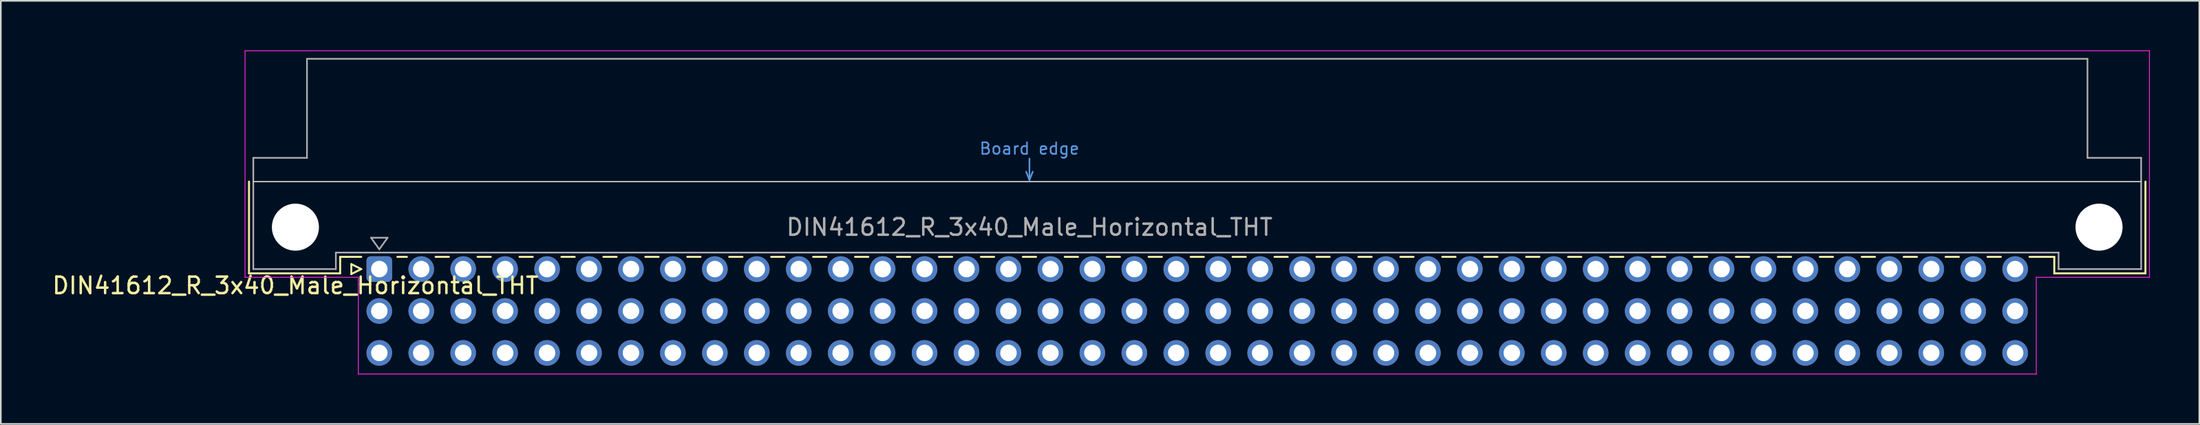
<source format=kicad_pcb>
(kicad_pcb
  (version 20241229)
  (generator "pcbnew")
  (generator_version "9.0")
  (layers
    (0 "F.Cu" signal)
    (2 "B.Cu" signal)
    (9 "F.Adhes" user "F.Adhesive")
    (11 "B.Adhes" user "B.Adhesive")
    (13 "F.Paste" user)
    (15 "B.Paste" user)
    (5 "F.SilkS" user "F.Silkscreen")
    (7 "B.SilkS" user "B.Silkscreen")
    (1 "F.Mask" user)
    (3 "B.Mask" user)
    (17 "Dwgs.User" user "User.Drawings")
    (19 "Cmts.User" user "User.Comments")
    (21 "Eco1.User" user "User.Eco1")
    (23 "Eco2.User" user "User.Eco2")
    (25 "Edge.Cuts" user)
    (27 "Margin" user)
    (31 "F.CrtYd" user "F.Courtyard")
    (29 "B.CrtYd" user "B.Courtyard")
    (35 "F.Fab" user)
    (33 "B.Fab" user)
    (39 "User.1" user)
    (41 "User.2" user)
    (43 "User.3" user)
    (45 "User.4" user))
  (footprint "DIN41612_R_3x40_Male_Horizontal_THT"
    (layer "F.Cu")
    (at 19.919 13.255)
    (property "Reference" "DIN41612_R_3x40_Male_Horizontal_THT" (at -5.08 1 0) (layer "F.SilkS") (effects (font (size 1 1) (thickness 0.15))))
    (attr through_hole)
    (fp_line (start -7.89 -5.3) (end -7.89 0.26) (stroke (width 0.12) (type solid)) (layer "F.SilkS"))
    (fp_line (start -7.89 0.26) (end -2.37 0.26) (stroke (width 0.12) (type solid)) (layer "F.SilkS"))
    (fp_line (start -2.371 -0.74) (end -1.095 -0.74) (stroke (width 0.12) (type solid)) (layer "F.SilkS"))
    (fp_line (start -2.37 0.26) (end -2.37 -0.74) (stroke (width 0.12) (type solid)) (layer "F.SilkS"))
    (fp_line (start -1.695 -0.3) (end -1.695 0.3) (stroke (width 0.12) (type solid)) (layer "F.SilkS"))
    (fp_line (start -1.695 0.3) (end -1.095 0) (stroke (width 0.12) (type solid)) (layer "F.SilkS"))
    (fp_line (start -1.095 0) (end -1.695 -0.3) (stroke (width 0.12) (type solid)) (layer "F.SilkS"))
    (fp_line (start 1.095 -0.74) (end 1.671 -0.74) (stroke (width 0.12) (type solid)) (layer "F.SilkS"))
    (fp_line (start 3.41 -0.74) (end 4.211 -0.74) (stroke (width 0.12) (type solid)) (layer "F.SilkS"))
    (fp_line (start 5.95 -0.74) (end 6.751 -0.74) (stroke (width 0.12) (type solid)) (layer "F.SilkS"))
    (fp_line (start 8.49 -0.74) (end 9.291 -0.74) (stroke (width 0.12) (type solid)) (layer "F.SilkS"))
    (fp_line (start 11.03 -0.74) (end 11.831 -0.74) (stroke (width 0.12) (type solid)) (layer "F.SilkS"))
    (fp_line (start 13.57 -0.74) (end 14.371 -0.74) (stroke (width 0.12) (type solid)) (layer "F.SilkS"))
    (fp_line (start 16.11 -0.74) (end 16.911 -0.74) (stroke (width 0.12) (type solid)) (layer "F.SilkS"))
    (fp_line (start 18.65 -0.74) (end 19.451 -0.74) (stroke (width 0.12) (type solid)) (layer "F.SilkS"))
    (fp_line (start 21.19 -0.74) (end 21.991 -0.74) (stroke (width 0.12) (type solid)) (layer "F.SilkS"))
    (fp_line (start 23.73 -0.74) (end 24.531 -0.74) (stroke (width 0.12) (type solid)) (layer "F.SilkS"))
    (fp_line (start 26.27 -0.74) (end 27.071 -0.74) (stroke (width 0.12) (type solid)) (layer "F.SilkS"))
    (fp_line (start 28.81 -0.74) (end 29.611 -0.74) (stroke (width 0.12) (type solid)) (layer "F.SilkS"))
    (fp_line (start 31.35 -0.74) (end 32.151 -0.74) (stroke (width 0.12) (type solid)) (layer "F.SilkS"))
    (fp_line (start 33.89 -0.74) (end 34.691 -0.74) (stroke (width 0.12) (type solid)) (layer "F.SilkS"))
    (fp_line (start 36.43 -0.74) (end 37.231 -0.74) (stroke (width 0.12) (type solid)) (layer "F.SilkS"))
    (fp_line (start 38.97 -0.74) (end 39.771 -0.74) (stroke (width 0.12) (type solid)) (layer "F.SilkS"))
    (fp_line (start 41.51 -0.74) (end 42.311 -0.74) (stroke (width 0.12) (type solid)) (layer "F.SilkS"))
    (fp_line (start 44.05 -0.74) (end 44.851 -0.74) (stroke (width 0.12) (type solid)) (layer "F.SilkS"))
    (fp_line (start 46.59 -0.74) (end 47.391 -0.74) (stroke (width 0.12) (type solid)) (layer "F.SilkS"))
    (fp_line (start 49.13 -0.74) (end 49.931 -0.74) (stroke (width 0.12) (type solid)) (layer "F.SilkS"))
    (fp_line (start 51.67 -0.74) (end 52.471 -0.74) (stroke (width 0.12) (type solid)) (layer "F.SilkS"))
    (fp_line (start 54.21 -0.74) (end 55.011 -0.74) (stroke (width 0.12) (type solid)) (layer "F.SilkS"))
    (fp_line (start 56.75 -0.74) (end 57.551 -0.74) (stroke (width 0.12) (type solid)) (layer "F.SilkS"))
    (fp_line (start 59.29 -0.74) (end 60.091 -0.74) (stroke (width 0.12) (type solid)) (layer "F.SilkS"))
    (fp_line (start 61.83 -0.74) (end 62.631 -0.74) (stroke (width 0.12) (type solid)) (layer "F.SilkS"))
    (fp_line (start 64.37 -0.74) (end 65.171 -0.74) (stroke (width 0.12) (type solid)) (layer "F.SilkS"))
    (fp_line (start 66.91 -0.74) (end 67.711 -0.74) (stroke (width 0.12) (type solid)) (layer "F.SilkS"))
    (fp_line (start 69.45 -0.74) (end 70.251 -0.74) (stroke (width 0.12) (type solid)) (layer "F.SilkS"))
    (fp_line (start 71.99 -0.74) (end 72.791 -0.74) (stroke (width 0.12) (type solid)) (layer "F.SilkS"))
    (fp_line (start 74.53 -0.74) (end 75.331 -0.74) (stroke (width 0.12) (type solid)) (layer "F.SilkS"))
    (fp_line (start 77.07 -0.74) (end 77.871 -0.74) (stroke (width 0.12) (type solid)) (layer "F.SilkS"))
    (fp_line (start 79.61 -0.74) (end 80.411 -0.74) (stroke (width 0.12) (type solid)) (layer "F.SilkS"))
    (fp_line (start 82.15 -0.74) (end 82.951 -0.74) (stroke (width 0.12) (type solid)) (layer "F.SilkS"))
    (fp_line (start 84.69 -0.74) (end 85.491 -0.74) (stroke (width 0.12) (type solid)) (layer "F.SilkS"))
    (fp_line (start 87.23 -0.74) (end 88.031 -0.74) (stroke (width 0.12) (type solid)) (layer "F.SilkS"))
    (fp_line (start 89.77 -0.74) (end 90.571 -0.74) (stroke (width 0.12) (type solid)) (layer "F.SilkS"))
    (fp_line (start 92.31 -0.74) (end 93.111 -0.74) (stroke (width 0.12) (type solid)) (layer "F.SilkS"))
    (fp_line (start 94.85 -0.74) (end 95.651 -0.74) (stroke (width 0.12) (type solid)) (layer "F.SilkS"))
    (fp_line (start 97.39 -0.74) (end 98.191 -0.74) (stroke (width 0.12) (type solid)) (layer "F.SilkS"))
    (fp_line (start 99.93 -0.74) (end 101.43 -0.74) (stroke (width 0.12) (type solid)) (layer "F.SilkS"))
    (fp_line (start 101.43 0.26) (end 101.43 -0.74) (stroke (width 0.12) (type solid)) (layer "F.SilkS"))
    (fp_line (start 106.95 -5.3) (end 106.95 0.26) (stroke (width 0.12) (type solid)) (layer "F.SilkS"))
    (fp_line (start 106.95 0.26) (end 101.43 0.26) (stroke (width 0.12) (type solid)) (layer "F.SilkS"))
    (fp_line (start -7.63 -5.3) (end 106.68 -5.3) (stroke (width 0.08) (type solid)) (layer "Dwgs.User"))
    (fp_line (start 39.17 -5.9) (end 39.37 -5.4) (stroke (width 0.1) (type solid)) (layer "Cmts.User"))
    (fp_line (start 39.37 -5.4) (end 39.37 -6.7) (stroke (width 0.1) (type solid)) (layer "Cmts.User"))
    (fp_line (start 39.37 -5.4) (end 39.57 -5.9) (stroke (width 0.1) (type solid)) (layer "Cmts.User"))
    (fp_line (start -8.13 -13.23) (end -8.13 0.5) (stroke (width 0.05) (type solid)) (layer "F.CrtYd"))
    (fp_line (start -8.13 0.5) (end -1.27 0.5) (stroke (width 0.05) (type solid)) (layer "F.CrtYd"))
    (fp_line (start -1.27 0.5) (end -1.27 6.36) (stroke (width 0.05) (type solid)) (layer "F.CrtYd"))
    (fp_line (start -1.27 6.36) (end 100.34 6.36) (stroke (width 0.05) (type solid)) (layer "F.CrtYd"))
    (fp_line (start 100.34 0.5) (end 107.19 0.5) (stroke (width 0.05) (type solid)) (layer "F.CrtYd"))
    (fp_line (start 100.34 6.36) (end 100.34 0.5) (stroke (width 0.05) (type solid)) (layer "F.CrtYd"))
    (fp_line (start 107.19 -13.23) (end -8.13 -13.23) (stroke (width 0.05) (type solid)) (layer "F.CrtYd"))
    (fp_line (start 107.19 0.5) (end 107.19 -13.23) (stroke (width 0.05) (type solid)) (layer "F.CrtYd"))
    (fp_line (start -7.63 -6.74) (end -7.63 0) (stroke (width 0.1) (type solid)) (layer "F.Fab"))
    (fp_line (start -7.63 0) (end -2.63 0) (stroke (width 0.1) (type solid)) (layer "F.Fab"))
    (fp_line (start -4.38 -12.74) (end -4.38 -6.74) (stroke (width 0.1) (type solid)) (layer "F.Fab"))
    (fp_line (start -4.38 -6.74) (end -7.63 -6.74) (stroke (width 0.1) (type solid)) (layer "F.Fab"))
    (fp_line (start -2.63 -1) (end 101.69 -1) (stroke (width 0.1) (type solid)) (layer "F.Fab"))
    (fp_line (start -2.63 0) (end -2.63 -1) (stroke (width 0.1) (type solid)) (layer "F.Fab"))
    (fp_line (start -0.5 -1.9) (end 0.5 -1.9) (stroke (width 0.1) (type solid)) (layer "F.Fab"))
    (fp_line (start 0 -1.2) (end -0.5 -1.9) (stroke (width 0.1) (type solid)) (layer "F.Fab"))
    (fp_line (start 0.5 -1.9) (end 0 -1.2) (stroke (width 0.1) (type solid)) (layer "F.Fab"))
    (fp_line (start 101.69 -1) (end 101.69 0) (stroke (width 0.1) (type solid)) (layer "F.Fab"))
    (fp_line (start 101.69 0) (end 106.69 0) (stroke (width 0.1) (type solid)) (layer "F.Fab"))
    (fp_line (start 103.44 -12.74) (end -4.38 -12.74) (stroke (width 0.1) (type solid)) (layer "F.Fab"))
    (fp_line (start 103.44 -6.74) (end 103.44 -12.74) (stroke (width 0.1) (type solid)) (layer "F.Fab"))
    (fp_line (start 106.69 -6.74) (end 103.44 -6.74) (stroke (width 0.1) (type solid)) (layer "F.Fab"))
    (fp_line (start 106.69 0) (end 106.69 -6.74) (stroke (width 0.1) (type solid)) (layer "F.Fab"))
    (fp_text user "Board edge" (at 39.37 -7.3 0) (layer "Cmts.User") (effects (font (size 0.7 0.7) (thickness 0.1))))
    (fp_text user "${REFERENCE}" (at 39.37 -2.54 0) (layer "F.Fab") (effects (font (size 1 1) (thickness 0.15))))
    (pad "" np_thru_hole circle (at -5.08 -2.54) (size 2.85 2.85) (drill 2.85) (layers "*.Cu" "*.Mask"))
    (pad "" np_thru_hole circle (at 104.14 -2.54) (size 2.85 2.85) (drill 2.85) (layers "*.Cu" "*.Mask"))
    (pad "A1" thru_hole roundrect (at 0 0) (size 1.55 1.55) (drill 1) (layers "*.Cu" "*.Mask") (roundrect_rratio 0.161))
    (pad "A2" thru_hole circle (at 2.54 0) (size 1.55 1.55) (drill 1) (layers "*.Cu" "*.Mask"))
    (pad "A3" thru_hole circle (at 5.08 0) (size 1.55 1.55) (drill 1) (layers "*.Cu" "*.Mask"))
    (pad "A4" thru_hole circle (at 7.62 0) (size 1.55 1.55) (drill 1) (layers "*.Cu" "*.Mask"))
    (pad "A5" thru_hole circle (at 10.16 0) (size 1.55 1.55) (drill 1) (layers "*.Cu" "*.Mask"))
    (pad "A6" thru_hole circle (at 12.7 0) (size 1.55 1.55) (drill 1) (layers "*.Cu" "*.Mask"))
    (pad "A7" thru_hole circle (at 15.24 0) (size 1.55 1.55) (drill 1) (layers "*.Cu" "*.Mask"))
    (pad "A8" thru_hole circle (at 17.78 0) (size 1.55 1.55) (drill 1) (layers "*.Cu" "*.Mask"))
    (pad "A9" thru_hole circle (at 20.32 0) (size 1.55 1.55) (drill 1) (layers "*.Cu" "*.Mask"))
    (pad "A10" thru_hole circle (at 22.86 0) (size 1.55 1.55) (drill 1) (layers "*.Cu" "*.Mask"))
    (pad "A11" thru_hole circle (at 25.4 0) (size 1.55 1.55) (drill 1) (layers "*.Cu" "*.Mask"))
    (pad "A12" thru_hole circle (at 27.94 0) (size 1.55 1.55) (drill 1) (layers "*.Cu" "*.Mask"))
    (pad "A13" thru_hole circle (at 30.48 0) (size 1.55 1.55) (drill 1) (layers "*.Cu" "*.Mask"))
    (pad "A14" thru_hole circle (at 33.02 0) (size 1.55 1.55) (drill 1) (layers "*.Cu" "*.Mask"))
    (pad "A15" thru_hole circle (at 35.56 0) (size 1.55 1.55) (drill 1) (layers "*.Cu" "*.Mask"))
    (pad "A16" thru_hole circle (at 38.1 0) (size 1.55 1.55) (drill 1) (layers "*.Cu" "*.Mask"))
    (pad "A17" thru_hole circle (at 40.64 0) (size 1.55 1.55) (drill 1) (layers "*.Cu" "*.Mask"))
    (pad "A18" thru_hole circle (at 43.18 0) (size 1.55 1.55) (drill 1) (layers "*.Cu" "*.Mask"))
    (pad "A19" thru_hole circle (at 45.72 0) (size 1.55 1.55) (drill 1) (layers "*.Cu" "*.Mask"))
    (pad "A20" thru_hole circle (at 48.26 0) (size 1.55 1.55) (drill 1) (layers "*.Cu" "*.Mask"))
    (pad "A21" thru_hole circle (at 50.8 0) (size 1.55 1.55) (drill 1) (layers "*.Cu" "*.Mask"))
    (pad "A22" thru_hole circle (at 53.34 0) (size 1.55 1.55) (drill 1) (layers "*.Cu" "*.Mask"))
    (pad "A23" thru_hole circle (at 55.88 0) (size 1.55 1.55) (drill 1) (layers "*.Cu" "*.Mask"))
    (pad "A24" thru_hole circle (at 58.42 0) (size 1.55 1.55) (drill 1) (layers "*.Cu" "*.Mask"))
    (pad "A25" thru_hole circle (at 60.96 0) (size 1.55 1.55) (drill 1) (layers "*.Cu" "*.Mask"))
    (pad "A26" thru_hole circle (at 63.5 0) (size 1.55 1.55) (drill 1) (layers "*.Cu" "*.Mask"))
    (pad "A27" thru_hole circle (at 66.04 0) (size 1.55 1.55) (drill 1) (layers "*.Cu" "*.Mask"))
    (pad "A28" thru_hole circle (at 68.58 0) (size 1.55 1.55) (drill 1) (layers "*.Cu" "*.Mask"))
    (pad "A29" thru_hole circle (at 71.12 0) (size 1.55 1.55) (drill 1) (layers "*.Cu" "*.Mask"))
    (pad "A30" thru_hole circle (at 73.66 0) (size 1.55 1.55) (drill 1) (layers "*.Cu" "*.Mask"))
    (pad "A31" thru_hole circle (at 76.2 0) (size 1.55 1.55) (drill 1) (layers "*.Cu" "*.Mask"))
    (pad "A32" thru_hole circle (at 78.74 0) (size 1.55 1.55) (drill 1) (layers "*.Cu" "*.Mask"))
    (pad "A33" thru_hole circle (at 81.28 0) (size 1.55 1.55) (drill 1) (layers "*.Cu" "*.Mask"))
    (pad "A34" thru_hole circle (at 83.82 0) (size 1.55 1.55) (drill 1) (layers "*.Cu" "*.Mask"))
    (pad "A35" thru_hole circle (at 86.36 0) (size 1.55 1.55) (drill 1) (layers "*.Cu" "*.Mask"))
    (pad "A36" thru_hole circle (at 88.9 0) (size 1.55 1.55) (drill 1) (layers "*.Cu" "*.Mask"))
    (pad "A37" thru_hole circle (at 91.44 0) (size 1.55 1.55) (drill 1) (layers "*.Cu" "*.Mask"))
    (pad "A38" thru_hole circle (at 93.98 0) (size 1.55 1.55) (drill 1) (layers "*.Cu" "*.Mask"))
    (pad "A39" thru_hole circle (at 96.52 0) (size 1.55 1.55) (drill 1) (layers "*.Cu" "*.Mask"))
    (pad "A40" thru_hole circle (at 99.06 0) (size 1.55 1.55) (drill 1) (layers "*.Cu" "*.Mask"))
    (pad "B1" thru_hole circle (at 0 2.54) (size 1.55 1.55) (drill 1) (layers "*.Cu" "*.Mask"))
    (pad "B2" thru_hole circle (at 2.54 2.54) (size 1.55 1.55) (drill 1) (layers "*.Cu" "*.Mask"))
    (pad "B3" thru_hole circle (at 5.08 2.54) (size 1.55 1.55) (drill 1) (layers "*.Cu" "*.Mask"))
    (pad "B4" thru_hole circle (at 7.62 2.54) (size 1.55 1.55) (drill 1) (layers "*.Cu" "*.Mask"))
    (pad "B5" thru_hole circle (at 10.16 2.54) (size 1.55 1.55) (drill 1) (layers "*.Cu" "*.Mask"))
    (pad "B6" thru_hole circle (at 12.7 2.54) (size 1.55 1.55) (drill 1) (layers "*.Cu" "*.Mask"))
    (pad "B7" thru_hole circle (at 15.24 2.54) (size 1.55 1.55) (drill 1) (layers "*.Cu" "*.Mask"))
    (pad "B8" thru_hole circle (at 17.78 2.54) (size 1.55 1.55) (drill 1) (layers "*.Cu" "*.Mask"))
    (pad "B9" thru_hole circle (at 20.32 2.54) (size 1.55 1.55) (drill 1) (layers "*.Cu" "*.Mask"))
    (pad "B10" thru_hole circle (at 22.86 2.54) (size 1.55 1.55) (drill 1) (layers "*.Cu" "*.Mask"))
    (pad "B11" thru_hole circle (at 25.4 2.54) (size 1.55 1.55) (drill 1) (layers "*.Cu" "*.Mask"))
    (pad "B12" thru_hole circle (at 27.94 2.54) (size 1.55 1.55) (drill 1) (layers "*.Cu" "*.Mask"))
    (pad "B13" thru_hole circle (at 30.48 2.54) (size 1.55 1.55) (drill 1) (layers "*.Cu" "*.Mask"))
    (pad "B14" thru_hole circle (at 33.02 2.54) (size 1.55 1.55) (drill 1) (layers "*.Cu" "*.Mask"))
    (pad "B15" thru_hole circle (at 35.56 2.54) (size 1.55 1.55) (drill 1) (layers "*.Cu" "*.Mask"))
    (pad "B16" thru_hole circle (at 38.1 2.54) (size 1.55 1.55) (drill 1) (layers "*.Cu" "*.Mask"))
    (pad "B17" thru_hole circle (at 40.64 2.54) (size 1.55 1.55) (drill 1) (layers "*.Cu" "*.Mask"))
    (pad "B18" thru_hole circle (at 43.18 2.54) (size 1.55 1.55) (drill 1) (layers "*.Cu" "*.Mask"))
    (pad "B19" thru_hole circle (at 45.72 2.54) (size 1.55 1.55) (drill 1) (layers "*.Cu" "*.Mask"))
    (pad "B20" thru_hole circle (at 48.26 2.54) (size 1.55 1.55) (drill 1) (layers "*.Cu" "*.Mask"))
    (pad "B21" thru_hole circle (at 50.8 2.54) (size 1.55 1.55) (drill 1) (layers "*.Cu" "*.Mask"))
    (pad "B22" thru_hole circle (at 53.34 2.54) (size 1.55 1.55) (drill 1) (layers "*.Cu" "*.Mask"))
    (pad "B23" thru_hole circle (at 55.88 2.54) (size 1.55 1.55) (drill 1) (layers "*.Cu" "*.Mask"))
    (pad "B24" thru_hole circle (at 58.42 2.54) (size 1.55 1.55) (drill 1) (layers "*.Cu" "*.Mask"))
    (pad "B25" thru_hole circle (at 60.96 2.54) (size 1.55 1.55) (drill 1) (layers "*.Cu" "*.Mask"))
    (pad "B26" thru_hole circle (at 63.5 2.54) (size 1.55 1.55) (drill 1) (layers "*.Cu" "*.Mask"))
    (pad "B27" thru_hole circle (at 66.04 2.54) (size 1.55 1.55) (drill 1) (layers "*.Cu" "*.Mask"))
    (pad "B28" thru_hole circle (at 68.58 2.54) (size 1.55 1.55) (drill 1) (layers "*.Cu" "*.Mask"))
    (pad "B29" thru_hole circle (at 71.12 2.54) (size 1.55 1.55) (drill 1) (layers "*.Cu" "*.Mask"))
    (pad "B30" thru_hole circle (at 73.66 2.54) (size 1.55 1.55) (drill 1) (layers "*.Cu" "*.Mask"))
    (pad "B31" thru_hole circle (at 76.2 2.54) (size 1.55 1.55) (drill 1) (layers "*.Cu" "*.Mask"))
    (pad "B32" thru_hole circle (at 78.74 2.54) (size 1.55 1.55) (drill 1) (layers "*.Cu" "*.Mask"))
    (pad "B33" thru_hole circle (at 81.28 2.54) (size 1.55 1.55) (drill 1) (layers "*.Cu" "*.Mask"))
    (pad "B34" thru_hole circle (at 83.82 2.54) (size 1.55 1.55) (drill 1) (layers "*.Cu" "*.Mask"))
    (pad "B35" thru_hole circle (at 86.36 2.54) (size 1.55 1.55) (drill 1) (layers "*.Cu" "*.Mask"))
    (pad "B36" thru_hole circle (at 88.9 2.54) (size 1.55 1.55) (drill 1) (layers "*.Cu" "*.Mask"))
    (pad "B37" thru_hole circle (at 91.44 2.54) (size 1.55 1.55) (drill 1) (layers "*.Cu" "*.Mask"))
    (pad "B38" thru_hole circle (at 93.98 2.54) (size 1.55 1.55) (drill 1) (layers "*.Cu" "*.Mask"))
    (pad "B39" thru_hole circle (at 96.52 2.54) (size 1.55 1.55) (drill 1) (layers "*.Cu" "*.Mask"))
    (pad "B40" thru_hole circle (at 99.06 2.54) (size 1.55 1.55) (drill 1) (layers "*.Cu" "*.Mask"))
    (pad "C1" thru_hole circle (at 0 5.08) (size 1.55 1.55) (drill 1) (layers "*.Cu" "*.Mask"))
    (pad "C2" thru_hole circle (at 2.54 5.08) (size 1.55 1.55) (drill 1) (layers "*.Cu" "*.Mask"))
    (pad "C3" thru_hole circle (at 5.08 5.08) (size 1.55 1.55) (drill 1) (layers "*.Cu" "*.Mask"))
    (pad "C4" thru_hole circle (at 7.62 5.08) (size 1.55 1.55) (drill 1) (layers "*.Cu" "*.Mask"))
    (pad "C5" thru_hole circle (at 10.16 5.08) (size 1.55 1.55) (drill 1) (layers "*.Cu" "*.Mask"))
    (pad "C6" thru_hole circle (at 12.7 5.08) (size 1.55 1.55) (drill 1) (layers "*.Cu" "*.Mask"))
    (pad "C7" thru_hole circle (at 15.24 5.08) (size 1.55 1.55) (drill 1) (layers "*.Cu" "*.Mask"))
    (pad "C8" thru_hole circle (at 17.78 5.08) (size 1.55 1.55) (drill 1) (layers "*.Cu" "*.Mask"))
    (pad "C9" thru_hole circle (at 20.32 5.08) (size 1.55 1.55) (drill 1) (layers "*.Cu" "*.Mask"))
    (pad "C10" thru_hole circle (at 22.86 5.08) (size 1.55 1.55) (drill 1) (layers "*.Cu" "*.Mask"))
    (pad "C11" thru_hole circle (at 25.4 5.08) (size 1.55 1.55) (drill 1) (layers "*.Cu" "*.Mask"))
    (pad "C12" thru_hole circle (at 27.94 5.08) (size 1.55 1.55) (drill 1) (layers "*.Cu" "*.Mask"))
    (pad "C13" thru_hole circle (at 30.48 5.08) (size 1.55 1.55) (drill 1) (layers "*.Cu" "*.Mask"))
    (pad "C14" thru_hole circle (at 33.02 5.08) (size 1.55 1.55) (drill 1) (layers "*.Cu" "*.Mask"))
    (pad "C15" thru_hole circle (at 35.56 5.08) (size 1.55 1.55) (drill 1) (layers "*.Cu" "*.Mask"))
    (pad "C16" thru_hole circle (at 38.1 5.08) (size 1.55 1.55) (drill 1) (layers "*.Cu" "*.Mask"))
    (pad "C17" thru_hole circle (at 40.64 5.08) (size 1.55 1.55) (drill 1) (layers "*.Cu" "*.Mask"))
    (pad "C18" thru_hole circle (at 43.18 5.08) (size 1.55 1.55) (drill 1) (layers "*.Cu" "*.Mask"))
    (pad "C19" thru_hole circle (at 45.72 5.08) (size 1.55 1.55) (drill 1) (layers "*.Cu" "*.Mask"))
    (pad "C20" thru_hole circle (at 48.26 5.08) (size 1.55 1.55) (drill 1) (layers "*.Cu" "*.Mask"))
    (pad "C21" thru_hole circle (at 50.8 5.08) (size 1.55 1.55) (drill 1) (layers "*.Cu" "*.Mask"))
    (pad "C22" thru_hole circle (at 53.34 5.08) (size 1.55 1.55) (drill 1) (layers "*.Cu" "*.Mask"))
    (pad "C23" thru_hole circle (at 55.88 5.08) (size 1.55 1.55) (drill 1) (layers "*.Cu" "*.Mask"))
    (pad "C24" thru_hole circle (at 58.42 5.08) (size 1.55 1.55) (drill 1) (layers "*.Cu" "*.Mask"))
    (pad "C25" thru_hole circle (at 60.96 5.08) (size 1.55 1.55) (drill 1) (layers "*.Cu" "*.Mask"))
    (pad "C26" thru_hole circle (at 63.5 5.08) (size 1.55 1.55) (drill 1) (layers "*.Cu" "*.Mask"))
    (pad "C27" thru_hole circle (at 66.04 5.08) (size 1.55 1.55) (drill 1) (layers "*.Cu" "*.Mask"))
    (pad "C28" thru_hole circle (at 68.58 5.08) (size 1.55 1.55) (drill 1) (layers "*.Cu" "*.Mask"))
    (pad "C29" thru_hole circle (at 71.12 5.08) (size 1.55 1.55) (drill 1) (layers "*.Cu" "*.Mask"))
    (pad "C30" thru_hole circle (at 73.66 5.08) (size 1.55 1.55) (drill 1) (layers "*.Cu" "*.Mask"))
    (pad "C31" thru_hole circle (at 76.2 5.08) (size 1.55 1.55) (drill 1) (layers "*.Cu" "*.Mask"))
    (pad "C32" thru_hole circle (at 78.74 5.08) (size 1.55 1.55) (drill 1) (layers "*.Cu" "*.Mask"))
    (pad "C33" thru_hole circle (at 81.28 5.08) (size 1.55 1.55) (drill 1) (layers "*.Cu" "*.Mask"))
    (pad "C34" thru_hole circle (at 83.82 5.08) (size 1.55 1.55) (drill 1) (layers "*.Cu" "*.Mask"))
    (pad "C35" thru_hole circle (at 86.36 5.08) (size 1.55 1.55) (drill 1) (layers "*.Cu" "*.Mask"))
    (pad "C36" thru_hole circle (at 88.9 5.08) (size 1.55 1.55) (drill 1) (layers "*.Cu" "*.Mask"))
    (pad "C37" thru_hole circle (at 91.44 5.08) (size 1.55 1.55) (drill 1) (layers "*.Cu" "*.Mask"))
    (pad "C38" thru_hole circle (at 93.98 5.08) (size 1.55 1.55) (drill 1) (layers "*.Cu" "*.Mask"))
    (pad "C39" thru_hole circle (at 96.52 5.08) (size 1.55 1.55) (drill 1) (layers "*.Cu" "*.Mask"))
    (pad "C40" thru_hole circle (at 99.06 5.08) (size 1.55 1.55) (drill 1) (layers "*.Cu" "*.Mask")))
  (gr_rect
    (start -3 -3)
    (end 130.134 22.64)
    (stroke (width 0.1) (type default))
    (fill no)
    (layer "Edge.Cuts")))
</source>
